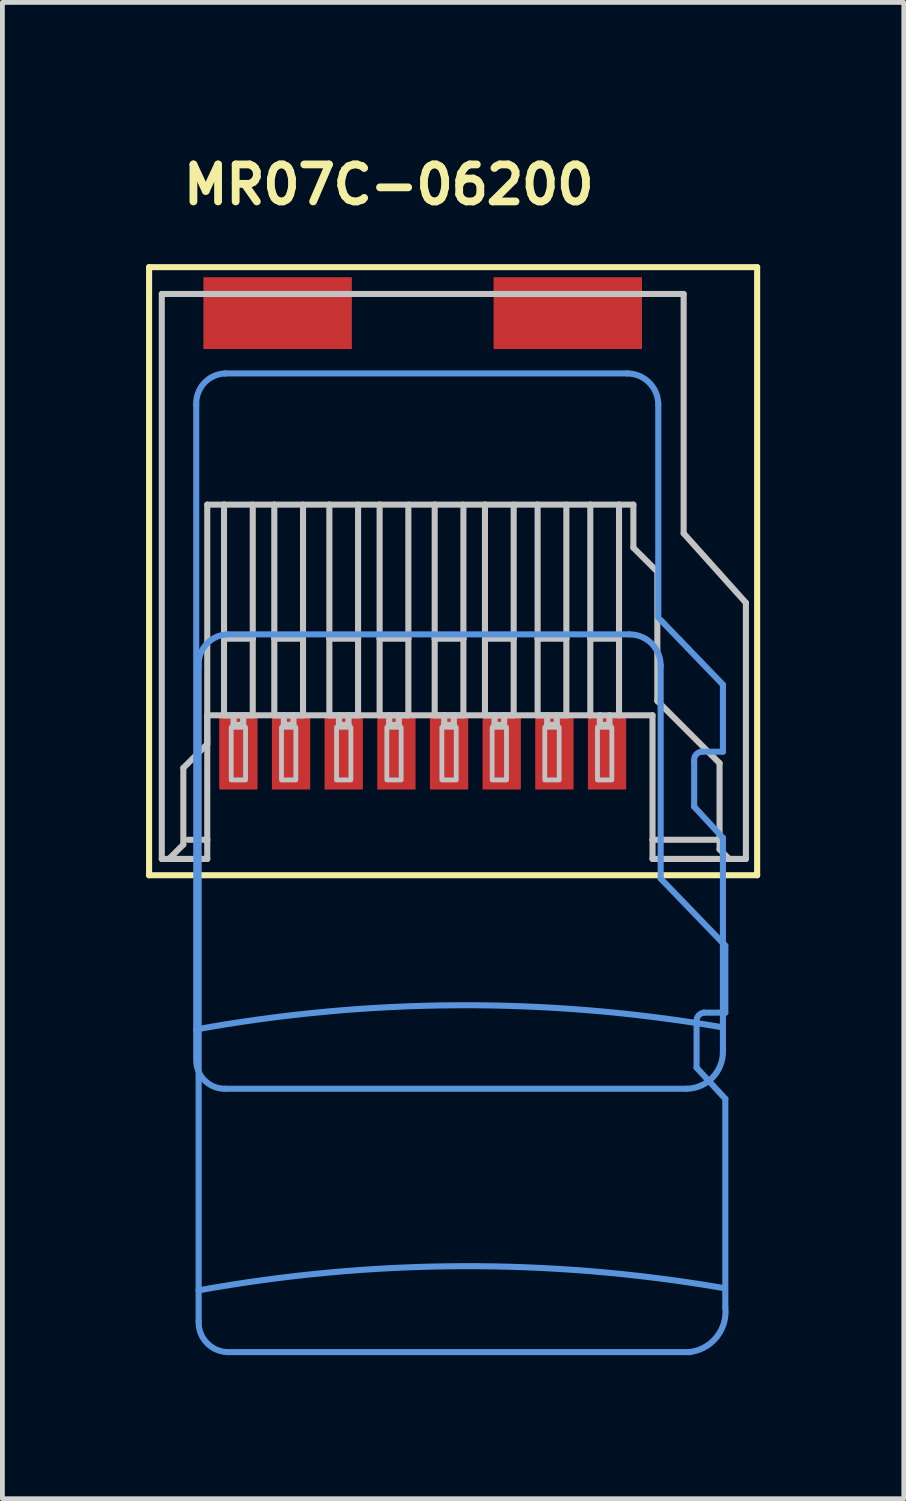
<source format=kicad_pcb>
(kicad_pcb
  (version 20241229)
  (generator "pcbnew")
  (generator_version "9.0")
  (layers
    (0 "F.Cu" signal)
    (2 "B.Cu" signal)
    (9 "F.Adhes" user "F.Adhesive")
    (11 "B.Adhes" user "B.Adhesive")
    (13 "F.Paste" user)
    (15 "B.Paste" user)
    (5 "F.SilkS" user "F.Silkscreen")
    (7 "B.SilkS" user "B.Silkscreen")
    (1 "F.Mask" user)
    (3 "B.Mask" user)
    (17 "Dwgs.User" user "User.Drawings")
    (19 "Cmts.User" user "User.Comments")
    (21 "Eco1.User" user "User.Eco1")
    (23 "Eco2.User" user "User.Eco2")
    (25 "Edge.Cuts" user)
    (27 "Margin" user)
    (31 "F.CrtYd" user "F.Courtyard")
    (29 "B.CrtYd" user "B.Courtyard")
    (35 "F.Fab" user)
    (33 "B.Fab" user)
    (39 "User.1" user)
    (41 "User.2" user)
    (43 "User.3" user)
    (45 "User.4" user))
  (footprint "MR07C-06200"
    (layer "F.Cu")
    (at 5.779 12.69)
    (property "Reference" "MR07C-06200" (at -5.08 -11.43 0) (layer "F.SilkS") (effects (font (size 0.772 0.772) (thickness 0.163)) (justify left bottom)))
    (attr through_hole)
    (fp_line (start -5.715 -10.16) (end 6.985 -10.16) (stroke (width 0.127) (type solid)) (layer "F.SilkS"))
    (fp_line (start -5.715 2.54) (end -5.715 -10.16) (stroke (width 0.127) (type solid)) (layer "F.SilkS"))
    (fp_line (start 6.985 -10.16) (end 6.985 2.54) (stroke (width 0.127) (type solid)) (layer "F.SilkS"))
    (fp_line (start 6.985 2.54) (end -5.715 2.54) (stroke (width 0.127) (type solid)) (layer "F.SilkS"))
    (fp_line (start -5.45 2.2) (end -5.45 -9.6) (stroke (width 0.127) (type solid)) (layer "Dwgs.User"))
    (fp_line (start -5.45 2.2) (end -5.3 2.2) (stroke (width 0.127) (type solid)) (layer "Dwgs.User"))
    (fp_line (start -5.3 2.2) (end -4.5 2.2) (stroke (width 0.127) (type solid)) (layer "Dwgs.User"))
    (fp_line (start -5 0.3) (end -5 1.9) (stroke (width 0.127) (type solid)) (layer "Dwgs.User"))
    (fp_line (start -5 1.9) (end -5.3 2.2) (stroke (width 0.127) (type solid)) (layer "Dwgs.User"))
    (fp_line (start -4.5 -5.2) (end -4.5 -0.2) (stroke (width 0.127) (type solid)) (layer "Dwgs.User"))
    (fp_line (start -4.5 -0.8) (end -4.5 1.8) (stroke (width 0.127) (type solid)) (layer "Dwgs.User"))
    (fp_line (start -4.5 -0.2) (end -5 0.3) (stroke (width 0.127) (type solid)) (layer "Dwgs.User"))
    (fp_line (start -4.5 1.8) (end -4.9 1.8) (stroke (width 0.127) (type solid)) (layer "Dwgs.User"))
    (fp_line (start -4.5 1.8) (end -4.5 2.2) (stroke (width 0.127) (type solid)) (layer "Dwgs.User"))
    (fp_line (start -4.15 -5.2) (end -4.5 -5.2) (stroke (width 0.127) (type solid)) (layer "Dwgs.User"))
    (fp_line (start -4.15 -2.4) (end -4.15 -5.2) (stroke (width 0.127) (type solid)) (layer "Dwgs.User"))
    (fp_line (start -4.15 -0.8) (end -4.15 -2.4) (stroke (width 0.127) (type solid)) (layer "Dwgs.User"))
    (fp_line (start -3.95 -0.8) (end -4.15 -0.8) (stroke (width 0.127) (type solid)) (layer "Dwgs.User"))
    (fp_line (start -3.95 -0.6) (end -3.95 -0.8) (stroke (width 0.127) (type solid)) (layer "Dwgs.User"))
    (fp_line (start -3.75 -0.8) (end -3.95 -0.8) (stroke (width 0.127) (type solid)) (layer "Dwgs.User"))
    (fp_line (start -3.75 -0.8) (end -3.75 -0.6) (stroke (width 0.127) (type solid)) (layer "Dwgs.User"))
    (fp_line (start -3.75 -0.6) (end -3.95 -0.6) (stroke (width 0.127) (type solid)) (layer "Dwgs.User"))
    (fp_line (start -3.55 -5.2) (end -3.55 -2.4) (stroke (width 0.127) (type solid)) (layer "Dwgs.User"))
    (fp_line (start -3.55 -2.4) (end -4.15 -2.4) (stroke (width 0.127) (type solid)) (layer "Dwgs.User"))
    (fp_line (start -3.55 -2.4) (end -3.55 -0.8) (stroke (width 0.127) (type solid)) (layer "Dwgs.User"))
    (fp_line (start -3.55 -0.8) (end -3.75 -0.8) (stroke (width 0.127) (type solid)) (layer "Dwgs.User"))
    (fp_line (start -3.1 -5.2) (end -4.15 -5.2) (stroke (width 0.127) (type solid)) (layer "Dwgs.User"))
    (fp_line (start -3.1 -2.4) (end -3.1 -5.2) (stroke (width 0.127) (type solid)) (layer "Dwgs.User"))
    (fp_line (start -3.1 -0.8) (end -3.1 -2.4) (stroke (width 0.127) (type solid)) (layer "Dwgs.User"))
    (fp_line (start -2.9 -0.8) (end -3.1 -0.8) (stroke (width 0.127) (type solid)) (layer "Dwgs.User"))
    (fp_line (start -2.9 -0.6) (end -2.9 -0.8) (stroke (width 0.127) (type solid)) (layer "Dwgs.User"))
    (fp_line (start -2.7 -0.8) (end -2.9 -0.8) (stroke (width 0.127) (type solid)) (layer "Dwgs.User"))
    (fp_line (start -2.7 -0.8) (end -2.7 -0.6) (stroke (width 0.127) (type solid)) (layer "Dwgs.User"))
    (fp_line (start -2.7 -0.6) (end -2.9 -0.6) (stroke (width 0.127) (type solid)) (layer "Dwgs.User"))
    (fp_line (start -2.5 -5.2) (end -2.5 -2.4) (stroke (width 0.127) (type solid)) (layer "Dwgs.User"))
    (fp_line (start -2.5 -2.4) (end -3.1 -2.4) (stroke (width 0.127) (type solid)) (layer "Dwgs.User"))
    (fp_line (start -2.5 -2.4) (end -2.5 -0.8) (stroke (width 0.127) (type solid)) (layer "Dwgs.User"))
    (fp_line (start -2.5 -0.8) (end -2.7 -0.8) (stroke (width 0.127) (type solid)) (layer "Dwgs.User"))
    (fp_line (start -1.95 -5.2) (end -3.1 -5.2) (stroke (width 0.127) (type solid)) (layer "Dwgs.User"))
    (fp_line (start -1.95 -2.4) (end -1.95 -5.2) (stroke (width 0.127) (type solid)) (layer "Dwgs.User"))
    (fp_line (start -1.95 -0.8) (end -1.95 -2.4) (stroke (width 0.127) (type solid)) (layer "Dwgs.User"))
    (fp_line (start -1.75 -0.8) (end -1.95 -0.8) (stroke (width 0.127) (type solid)) (layer "Dwgs.User"))
    (fp_line (start -1.75 -0.6) (end -1.75 -0.8) (stroke (width 0.127) (type solid)) (layer "Dwgs.User"))
    (fp_line (start -1.55 -0.8) (end -1.75 -0.8) (stroke (width 0.127) (type solid)) (layer "Dwgs.User"))
    (fp_line (start -1.55 -0.8) (end -1.55 -0.6) (stroke (width 0.127) (type solid)) (layer "Dwgs.User"))
    (fp_line (start -1.55 -0.6) (end -1.75 -0.6) (stroke (width 0.127) (type solid)) (layer "Dwgs.User"))
    (fp_line (start -1.35 -5.2) (end -1.35 -2.4) (stroke (width 0.127) (type solid)) (layer "Dwgs.User"))
    (fp_line (start -1.35 -2.4) (end -1.95 -2.4) (stroke (width 0.127) (type solid)) (layer "Dwgs.User"))
    (fp_line (start -1.35 -2.4) (end -1.35 -0.8) (stroke (width 0.127) (type solid)) (layer "Dwgs.User"))
    (fp_line (start -1.35 -0.8) (end -1.55 -0.8) (stroke (width 0.127) (type solid)) (layer "Dwgs.User"))
    (fp_line (start -0.9 -5.2) (end -1.95 -5.2) (stroke (width 0.127) (type solid)) (layer "Dwgs.User"))
    (fp_line (start -0.9 -2.4) (end -0.9 -5.2) (stroke (width 0.127) (type solid)) (layer "Dwgs.User"))
    (fp_line (start -0.9 -0.8) (end -0.9 -2.4) (stroke (width 0.127) (type solid)) (layer "Dwgs.User"))
    (fp_line (start -0.7 -0.8) (end -0.9 -0.8) (stroke (width 0.127) (type solid)) (layer "Dwgs.User"))
    (fp_line (start -0.7 -0.6) (end -0.7 -0.8) (stroke (width 0.127) (type solid)) (layer "Dwgs.User"))
    (fp_line (start -0.5 -0.8) (end -0.7 -0.8) (stroke (width 0.127) (type solid)) (layer "Dwgs.User"))
    (fp_line (start -0.5 -0.8) (end -0.5 -0.6) (stroke (width 0.127) (type solid)) (layer "Dwgs.User"))
    (fp_line (start -0.5 -0.6) (end -0.7 -0.6) (stroke (width 0.127) (type solid)) (layer "Dwgs.User"))
    (fp_line (start -0.3 -5.2) (end -0.3 -2.4) (stroke (width 0.127) (type solid)) (layer "Dwgs.User"))
    (fp_line (start -0.3 -2.4) (end -0.9 -2.4) (stroke (width 0.127) (type solid)) (layer "Dwgs.User"))
    (fp_line (start -0.3 -2.4) (end -0.3 -0.8) (stroke (width 0.127) (type solid)) (layer "Dwgs.User"))
    (fp_line (start -0.3 -0.8) (end -0.5 -0.8) (stroke (width 0.127) (type solid)) (layer "Dwgs.User"))
    (fp_line (start 0.25 -5.2) (end -0.9 -5.2) (stroke (width 0.127) (type solid)) (layer "Dwgs.User"))
    (fp_line (start 0.25 -2.4) (end 0.25 -5.2) (stroke (width 0.127) (type solid)) (layer "Dwgs.User"))
    (fp_line (start 0.25 -0.8) (end 0.25 -2.4) (stroke (width 0.127) (type solid)) (layer "Dwgs.User"))
    (fp_line (start 0.45 -0.8) (end 0.25 -0.8) (stroke (width 0.127) (type solid)) (layer "Dwgs.User"))
    (fp_line (start 0.45 -0.6) (end 0.45 -0.8) (stroke (width 0.127) (type solid)) (layer "Dwgs.User"))
    (fp_line (start 0.65 -0.8) (end 0.45 -0.8) (stroke (width 0.127) (type solid)) (layer "Dwgs.User"))
    (fp_line (start 0.65 -0.8) (end 0.65 -0.6) (stroke (width 0.127) (type solid)) (layer "Dwgs.User"))
    (fp_line (start 0.65 -0.6) (end 0.45 -0.6) (stroke (width 0.127) (type solid)) (layer "Dwgs.User"))
    (fp_line (start 0.85 -5.2) (end 0.85 -2.4) (stroke (width 0.127) (type solid)) (layer "Dwgs.User"))
    (fp_line (start 0.85 -2.4) (end 0.25 -2.4) (stroke (width 0.127) (type solid)) (layer "Dwgs.User"))
    (fp_line (start 0.85 -2.4) (end 0.85 -0.8) (stroke (width 0.127) (type solid)) (layer "Dwgs.User"))
    (fp_line (start 0.85 -0.8) (end 0.65 -0.8) (stroke (width 0.127) (type solid)) (layer "Dwgs.User"))
    (fp_line (start 1.3 -5.2) (end 0.25 -5.2) (stroke (width 0.127) (type solid)) (layer "Dwgs.User"))
    (fp_line (start 1.3 -2.4) (end 1.3 -5.2) (stroke (width 0.127) (type solid)) (layer "Dwgs.User"))
    (fp_line (start 1.3 -0.8) (end 1.3 -2.4) (stroke (width 0.127) (type solid)) (layer "Dwgs.User"))
    (fp_line (start 1.5 -0.8) (end 1.3 -0.8) (stroke (width 0.127) (type solid)) (layer "Dwgs.User"))
    (fp_line (start 1.5 -0.6) (end 1.5 -0.8) (stroke (width 0.127) (type solid)) (layer "Dwgs.User"))
    (fp_line (start 1.7 -0.8) (end 1.5 -0.8) (stroke (width 0.127) (type solid)) (layer "Dwgs.User"))
    (fp_line (start 1.7 -0.8) (end 1.7 -0.6) (stroke (width 0.127) (type solid)) (layer "Dwgs.User"))
    (fp_line (start 1.7 -0.6) (end 1.5 -0.6) (stroke (width 0.127) (type solid)) (layer "Dwgs.User"))
    (fp_line (start 1.9 -5.2) (end 1.9 -2.4) (stroke (width 0.127) (type solid)) (layer "Dwgs.User"))
    (fp_line (start 1.9 -2.4) (end 1.3 -2.4) (stroke (width 0.127) (type solid)) (layer "Dwgs.User"))
    (fp_line (start 1.9 -2.4) (end 1.9 -0.8) (stroke (width 0.127) (type solid)) (layer "Dwgs.User"))
    (fp_line (start 1.9 -0.8) (end 1.7 -0.8) (stroke (width 0.127) (type solid)) (layer "Dwgs.User"))
    (fp_line (start 2.4 -5.2) (end 1.3 -5.2) (stroke (width 0.127) (type solid)) (layer "Dwgs.User"))
    (fp_line (start 2.4 -2.4) (end 2.4 -5.2) (stroke (width 0.127) (type solid)) (layer "Dwgs.User"))
    (fp_line (start 2.4 -0.8) (end 2.4 -2.4) (stroke (width 0.127) (type solid)) (layer "Dwgs.User"))
    (fp_line (start 2.6 -0.8) (end 2.4 -0.8) (stroke (width 0.127) (type solid)) (layer "Dwgs.User"))
    (fp_line (start 2.6 -0.6) (end 2.6 -0.8) (stroke (width 0.127) (type solid)) (layer "Dwgs.User"))
    (fp_line (start 2.8 -0.8) (end 2.6 -0.8) (stroke (width 0.127) (type solid)) (layer "Dwgs.User"))
    (fp_line (start 2.8 -0.8) (end 2.8 -0.6) (stroke (width 0.127) (type solid)) (layer "Dwgs.User"))
    (fp_line (start 2.8 -0.6) (end 2.6 -0.6) (stroke (width 0.127) (type solid)) (layer "Dwgs.User"))
    (fp_line (start 3 -5.2) (end 3 -2.4) (stroke (width 0.127) (type solid)) (layer "Dwgs.User"))
    (fp_line (start 3 -2.4) (end 2.4 -2.4) (stroke (width 0.127) (type solid)) (layer "Dwgs.User"))
    (fp_line (start 3 -2.4) (end 3 -0.8) (stroke (width 0.127) (type solid)) (layer "Dwgs.User"))
    (fp_line (start 3 -0.8) (end 2.8 -0.8) (stroke (width 0.127) (type solid)) (layer "Dwgs.User"))
    (fp_line (start 3.5 -5.2) (end 2.4 -5.2) (stroke (width 0.127) (type solid)) (layer "Dwgs.User"))
    (fp_line (start 3.5 -2.4) (end 3.5 -5.2) (stroke (width 0.127) (type solid)) (layer "Dwgs.User"))
    (fp_line (start 3.5 -0.8) (end -4.5 -0.8) (stroke (width 0.127) (type solid)) (layer "Dwgs.User"))
    (fp_line (start 3.5 -0.8) (end 3.5 -2.4) (stroke (width 0.127) (type solid)) (layer "Dwgs.User"))
    (fp_line (start 3.7 -0.8) (end 3.5 -0.8) (stroke (width 0.127) (type solid)) (layer "Dwgs.User"))
    (fp_line (start 3.7 -0.6) (end 3.7 -0.8) (stroke (width 0.127) (type solid)) (layer "Dwgs.User"))
    (fp_line (start 3.9 -0.8) (end 3.7 -0.8) (stroke (width 0.127) (type solid)) (layer "Dwgs.User"))
    (fp_line (start 3.9 -0.8) (end 3.9 -0.6) (stroke (width 0.127) (type solid)) (layer "Dwgs.User"))
    (fp_line (start 3.9 -0.6) (end 3.7 -0.6) (stroke (width 0.127) (type solid)) (layer "Dwgs.User"))
    (fp_line (start 4.1 -5.2) (end 3.5 -5.2) (stroke (width 0.127) (type solid)) (layer "Dwgs.User"))
    (fp_line (start 4.1 -5.2) (end 4.1 -2.4) (stroke (width 0.127) (type solid)) (layer "Dwgs.User"))
    (fp_line (start 4.1 -2.4) (end 3.5 -2.4) (stroke (width 0.127) (type solid)) (layer "Dwgs.User"))
    (fp_line (start 4.1 -2.4) (end 4.1 -0.8) (stroke (width 0.127) (type solid)) (layer "Dwgs.User"))
    (fp_line (start 4.1 -0.8) (end 3.9 -0.8) (stroke (width 0.127) (type solid)) (layer "Dwgs.User"))
    (fp_line (start 4.4 -5.2) (end 4.1 -5.2) (stroke (width 0.127) (type solid)) (layer "Dwgs.User"))
    (fp_line (start 4.4 -4.3) (end 4.4 -5.2) (stroke (width 0.127) (type solid)) (layer "Dwgs.User"))
    (fp_line (start 4.8 -0.8) (end 4.1 -0.8) (stroke (width 0.127) (type solid)) (layer "Dwgs.User"))
    (fp_line (start 4.8 1.8) (end 4.8 -0.8) (stroke (width 0.127) (type solid)) (layer "Dwgs.User"))
    (fp_line (start 4.8 1.8) (end 6.2 1.8) (stroke (width 0.127) (type solid)) (layer "Dwgs.User"))
    (fp_line (start 4.8 2.2) (end 4.8 1.8) (stroke (width 0.127) (type solid)) (layer "Dwgs.User"))
    (fp_line (start 4.8 2.2) (end 6.4 2.2) (stroke (width 0.127) (type solid)) (layer "Dwgs.User"))
    (fp_line (start 4.9 -3.8) (end 4.4 -4.3) (stroke (width 0.127) (type solid)) (layer "Dwgs.User"))
    (fp_line (start 4.9 -1.1) (end 4.9 -3.8) (stroke (width 0.127) (type solid)) (layer "Dwgs.User"))
    (fp_line (start 5.45 -9.6) (end -5.45 -9.6) (stroke (width 0.127) (type solid)) (layer "Dwgs.User"))
    (fp_line (start 5.45 -4.6) (end 5.45 -9.6) (stroke (width 0.127) (type solid)) (layer "Dwgs.User"))
    (fp_line (start 6.2 0.2) (end 4.9 -1.1) (stroke (width 0.127) (type solid)) (layer "Dwgs.User"))
    (fp_line (start 6.2 1.8) (end 6.2 0.2) (stroke (width 0.127) (type solid)) (layer "Dwgs.User"))
    (fp_line (start 6.2 2) (end 6.2 1.8) (stroke (width 0.127) (type solid)) (layer "Dwgs.User"))
    (fp_line (start 6.4 2.2) (end 6.2 2) (stroke (width 0.127) (type solid)) (layer "Dwgs.User"))
    (fp_line (start 6.4 2.2) (end 6.75 2.2) (stroke (width 0.127) (type solid)) (layer "Dwgs.User"))
    (fp_line (start 6.75 -3.15) (end 5.45 -4.6) (stroke (width 0.127) (type solid)) (layer "Dwgs.User"))
    (fp_line (start 6.75 2.2) (end 6.75 -3.15) (stroke (width 0.127) (type solid)) (layer "Dwgs.User"))
    (fp_poly (pts (xy -4 0.55) (xy -3.7 0.55) (xy -3.7 -0.55) (xy -4 -0.55)) (stroke (width 0.1) (type solid)) (fill no) (layer "Dwgs.User"))
    (fp_poly (pts (xy -2.95 0.55) (xy -2.65 0.55) (xy -2.65 -0.55) (xy -2.95 -0.55)) (stroke (width 0.1) (type solid)) (fill no) (layer "Dwgs.User"))
    (fp_poly (pts (xy -1.8 0.55) (xy -1.5 0.55) (xy -1.5 -0.55) (xy -1.8 -0.55)) (stroke (width 0.1) (type solid)) (fill no) (layer "Dwgs.User"))
    (fp_poly (pts (xy -0.75 0.55) (xy -0.45 0.55) (xy -0.45 -0.55) (xy -0.75 -0.55)) (stroke (width 0.1) (type solid)) (fill no) (layer "Dwgs.User"))
    (fp_poly (pts (xy 0.4 0.55) (xy 0.7 0.55) (xy 0.7 -0.55) (xy 0.4 -0.55)) (stroke (width 0.1) (type solid)) (fill no) (layer "Dwgs.User"))
    (fp_poly (pts (xy 1.45 0.55) (xy 1.75 0.55) (xy 1.75 -0.55) (xy 1.45 -0.55)) (stroke (width 0.1) (type solid)) (fill no) (layer "Dwgs.User"))
    (fp_poly (pts (xy 2.55 0.55) (xy 2.85 0.55) (xy 2.85 -0.55) (xy 2.55 -0.55)) (stroke (width 0.1) (type solid)) (fill no) (layer "Dwgs.User"))
    (fp_poly (pts (xy 3.65 0.55) (xy 3.95 0.55) (xy 3.95 -0.55) (xy 3.65 -0.55)) (stroke (width 0.1) (type solid)) (fill no) (layer "Dwgs.User"))
    (fp_line (start -4.73 5.76) (end -4.73 -7.29) (stroke (width 0.127) (type solid)) (layer "Cmts.User"))
    (fp_line (start -4.73 6.36) (end -4.73 5.76) (stroke (width 0.127) (type solid)) (layer "Cmts.User"))
    (fp_line (start -4.68 -1.84) (end -4.68 11.21) (stroke (width 0.127) (type solid)) (layer "Cmts.User"))
    (fp_line (start -4.68 11.21) (end -4.68 11.86) (stroke (width 0.127) (type solid)) (layer "Cmts.User"))
    (fp_line (start -4.13 7) (end 5.52 7) (stroke (width 0.127) (type solid)) (layer "Cmts.User"))
    (fp_line (start -4.08 12.5) (end 5.57 12.5) (stroke (width 0.127) (type solid)) (layer "Cmts.User"))
    (fp_line (start 4.27 -7.94) (end -4.13 -7.94) (stroke (width 0.127) (type solid)) (layer "Cmts.User"))
    (fp_line (start 4.32 -2.49) (end -4.08 -2.49) (stroke (width 0.127) (type solid)) (layer "Cmts.User"))
    (fp_line (start 4.92 -2.84) (end 4.92 -7.29) (stroke (width 0.127) (type solid)) (layer "Cmts.User"))
    (fp_line (start 4.97 2.61) (end 4.97 -1.84) (stroke (width 0.127) (type solid)) (layer "Cmts.User"))
    (fp_line (start 5.67 1.11) (end 5.67 0.16) (stroke (width 0.127) (type solid)) (layer "Cmts.User"))
    (fp_line (start 5.72 6.56) (end 5.72 5.61) (stroke (width 0.127) (type solid)) (layer "Cmts.User"))
    (fp_line (start 6.27 -1.44) (end 4.97 -2.79) (stroke (width 0.127) (type solid)) (layer "Cmts.User"))
    (fp_line (start 6.27 -0.04) (end 5.82 -0.04) (stroke (width 0.127) (type solid)) (layer "Cmts.User"))
    (fp_line (start 6.27 -0.04) (end 6.27 -1.44) (stroke (width 0.127) (type solid)) (layer "Cmts.User"))
    (fp_line (start 6.27 1.76) (end 5.67 1.11) (stroke (width 0.127) (type solid)) (layer "Cmts.User"))
    (fp_line (start 6.27 6.21) (end 6.27 1.76) (stroke (width 0.127) (type solid)) (layer "Cmts.User"))
    (fp_line (start 6.32 4.01) (end 4.97 2.61) (stroke (width 0.127) (type solid)) (layer "Cmts.User"))
    (fp_line (start 6.32 5.41) (end 5.87 5.41) (stroke (width 0.127) (type solid)) (layer "Cmts.User"))
    (fp_line (start 6.32 5.41) (end 6.32 4.01) (stroke (width 0.127) (type solid)) (layer "Cmts.User"))
    (fp_line (start 6.32 7.21) (end 5.72 6.56) (stroke (width 0.127) (type solid)) (layer "Cmts.User"))
    (fp_line (start 6.32 11.56) (end 6.32 7.21) (stroke (width 0.127) (type solid)) (layer "Cmts.User"))
    (fp_arc (start -4.73 -7.29) (mid -4.564619 -7.739264) (end -4.13 -7.94) (stroke (width 0.127) (type solid)) (layer "Cmts.User"))
    (fp_arc (start -4.73 5.76) (mid 0.742813 5.256) (end 6.22 5.71) (stroke (width 0.127) (type solid)) (layer "Cmts.User"))
    (fp_arc (start -4.68 -1.84) (mid -4.514619 -2.289264) (end -4.08 -2.49) (stroke (width 0.127) (type solid)) (layer "Cmts.User"))
    (fp_arc (start -4.68 11.21) (mid 0.792813 10.706) (end 6.27 11.16) (stroke (width 0.127) (type solid)) (layer "Cmts.User"))
    (fp_arc (start -4.13 7) (mid -4.552193 6.829264) (end -4.73 6.41) (stroke (width 0.127) (type solid)) (layer "Cmts.User"))
    (fp_arc (start -4.08 12.5) (mid -4.512548 12.304264) (end -4.68 11.86) (stroke (width 0.127) (type solid)) (layer "Cmts.User"))
    (fp_arc (start 4.27 -7.94) (mid 4.729619 -7.749619) (end 4.92 -7.29) (stroke (width 0.127) (type solid)) (layer "Cmts.User"))
    (fp_arc (start 4.32 -2.49) (mid 4.779619 -2.299619) (end 4.97 -1.84) (stroke (width 0.127) (type solid)) (layer "Cmts.User"))
    (fp_arc (start 5.67 0.16) (mid 5.703579 0.028934) (end 5.82 -0.04) (stroke (width 0.127) (type solid)) (layer "Cmts.User"))
    (fp_arc (start 5.72 5.61) (mid 5.753579 5.478934) (end 5.87 5.41) (stroke (width 0.127) (type solid)) (layer "Cmts.User"))
    (fp_arc (start 6.27 6.21) (mid 6.058614 6.76033) (end 5.52 7) (stroke (width 0.127) (type solid)) (layer "Cmts.User"))
    (fp_arc (start 6.32 11.56) (mid 6.13968 12.18533) (end 5.57 12.5) (stroke (width 0.127) (type solid)) (layer "Cmts.User"))
    (pad "G1" smd rect (at 3.03 -9.2) (size 3.1 1.5) (layers "F.Cu" "F.Mask" "F.Paste"))
    (pad "G2" smd rect (at -3.03 -9.2) (size 3.1 1.5) (layers "F.Cu" "F.Mask" "F.Paste"))
    (pad "P1" smd rect (at 3.85 0) (size 0.8 1.5) (layers "F.Cu" "F.Mask" "F.Paste"))
    (pad "P2" smd rect (at 2.75 0) (size 0.8 1.5) (layers "F.Cu" "F.Mask" "F.Paste"))
    (pad "P3" smd rect (at 1.65 0) (size 0.8 1.5) (layers "F.Cu" "F.Mask" "F.Paste"))
    (pad "P4" smd rect (at 0.55 0) (size 0.8 1.5) (layers "F.Cu" "F.Mask" "F.Paste"))
    (pad "P5" smd rect (at -0.55 0) (size 0.8 1.5) (layers "F.Cu" "F.Mask" "F.Paste"))
    (pad "P6" smd rect (at -1.65 0) (size 0.8 1.5) (layers "F.Cu" "F.Mask" "F.Paste"))
    (pad "P7" smd rect (at -2.75 0) (size 0.8 1.5) (layers "F.Cu" "F.Mask" "F.Paste"))
    (pad "P8" smd rect (at -3.85 0) (size 0.8 1.5) (layers "F.Cu" "F.Mask" "F.Paste")))
  (gr_rect
    (start -3 -3)
    (end 15.827 28.253)
    (stroke (width 0.1) (type default))
    (fill no)
    (layer "Edge.Cuts")))
</source>
